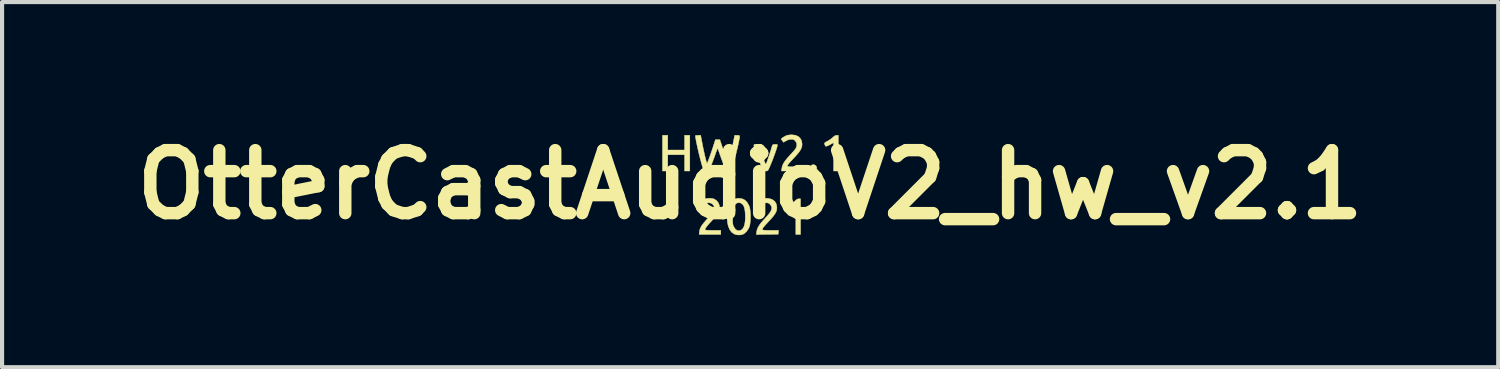
<source format=kicad_pcb>
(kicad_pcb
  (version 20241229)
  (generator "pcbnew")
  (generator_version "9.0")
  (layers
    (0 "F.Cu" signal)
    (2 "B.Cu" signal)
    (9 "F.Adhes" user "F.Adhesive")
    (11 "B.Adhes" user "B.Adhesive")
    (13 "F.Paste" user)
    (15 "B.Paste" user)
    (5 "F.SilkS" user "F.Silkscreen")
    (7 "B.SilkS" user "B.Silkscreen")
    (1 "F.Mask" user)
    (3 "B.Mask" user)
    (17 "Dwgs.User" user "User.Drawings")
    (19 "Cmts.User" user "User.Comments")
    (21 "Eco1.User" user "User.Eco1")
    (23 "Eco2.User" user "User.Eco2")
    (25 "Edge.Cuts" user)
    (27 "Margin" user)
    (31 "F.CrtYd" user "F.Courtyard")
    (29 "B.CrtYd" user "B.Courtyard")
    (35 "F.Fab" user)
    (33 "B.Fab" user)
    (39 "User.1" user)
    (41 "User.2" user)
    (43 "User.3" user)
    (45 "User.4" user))
  (footprint "OtterCastAudioV2_hw_v2.1"
    (layer "F.Cu")
    (at 15.102 1.418)
    (property "Reference" "OtterCastAudioV2_hw_v2.1" (at 0 0 0) (layer "F.SilkS") (effects (font (size 1.524 1.524) (thickness 0.3))))
    (attr through_hole)
    (fp_poly (pts (xy -1.994 -0.838) (xy -1.587 -0.838) (xy -1.587 -1.194) (xy -1.46 -1.194) (xy -1.46 -0.33) (xy -1.587 -0.33) (xy -1.587 -0.724) (xy -1.994 -0.724) (xy -1.994 -0.33) (xy -2.121 -0.33) (xy -2.121 -1.194) (xy -1.994 -1.194) (xy -1.994 -0.838)) (stroke (width 0.01) (type solid)) (fill yes) (layer "F.SilkS"))
    (fp_poly (pts (xy 1.548 -0.481) (xy 1.583 -0.464) (xy 1.607 -0.432) (xy 1.613 -0.402) (xy 1.602 -0.363) (xy 1.576 -0.335) (xy 1.54 -0.32) (xy 1.502 -0.32) (xy 1.469 -0.341) (xy 1.469 -0.341) (xy 1.451 -0.376) (xy 1.45 -0.417) (xy 1.463 -0.453) (xy 1.471 -0.462) (xy 1.508 -0.481) (xy 1.548 -0.481)) (stroke (width 0.01) (type solid)) (fill yes) (layer "F.SilkS"))
    (fp_poly (pts (xy 1.219 1.206) (xy 1.105 1.206) (xy 1.105 0.521) (xy 1.022 0.567) (xy 0.98 0.588) (xy 0.945 0.602) (xy 0.923 0.606) (xy 0.922 0.606) (xy 0.906 0.59) (xy 0.892 0.561) (xy 0.886 0.541) (xy 0.888 0.527) (xy 0.903 0.513) (xy 0.933 0.496) (xy 0.959 0.483) (xy 1.008 0.454) (xy 1.057 0.419) (xy 1.087 0.393) (xy 1.123 0.36) (xy 1.155 0.345) (xy 1.177 0.343) (xy 1.219 0.343) (xy 1.219 1.206)) (stroke (width 0.01) (type solid)) (fill yes) (layer "F.SilkS"))
    (fp_poly (pts (xy 2.134 -0.33) (xy 2.019 -0.33) (xy 2.019 -1.016) (xy 1.939 -0.971) (xy 1.886 -0.944) (xy 1.849 -0.93) (xy 1.827 -0.93) (xy 1.815 -0.943) (xy 1.813 -0.949) (xy 1.802 -0.981) (xy 1.798 -0.992) (xy 1.799 -1.006) (xy 1.817 -1.022) (xy 1.854 -1.044) (xy 1.871 -1.053) (xy 1.921 -1.082) (xy 1.97 -1.117) (xy 2.001 -1.144) (xy 2.038 -1.176) (xy 2.069 -1.191) (xy 2.092 -1.194) (xy 2.134 -1.194) (xy 2.134 -0.33)) (stroke (width 0.01) (type solid)) (fill yes) (layer "F.SilkS"))
    (fp_poly (pts (xy 0.239 -0.879) (xy 0.255 -0.826) (xy 0.277 -0.759) (xy 0.301 -0.687) (xy 0.321 -0.632) (xy 0.343 -0.57) (xy 0.358 -0.53) (xy 0.37 -0.507) (xy 0.378 -0.5) (xy 0.385 -0.504) (xy 0.389 -0.511) (xy 0.398 -0.533) (xy 0.414 -0.575) (xy 0.433 -0.629) (xy 0.454 -0.692) (xy 0.476 -0.758) (xy 0.497 -0.821) (xy 0.514 -0.876) (xy 0.526 -0.917) (xy 0.529 -0.927) (xy 0.538 -0.954) (xy 0.552 -0.968) (xy 0.578 -0.974) (xy 0.6 -0.975) (xy 0.638 -0.976) (xy 0.656 -0.97) (xy 0.66 -0.96) (xy 0.656 -0.932) (xy 0.643 -0.884) (xy 0.623 -0.822) (xy 0.597 -0.748) (xy 0.568 -0.667) (xy 0.536 -0.583) (xy 0.502 -0.501) (xy 0.47 -0.423) (xy 0.461 -0.403) (xy 0.442 -0.363) (xy 0.428 -0.342) (xy 0.411 -0.332) (xy 0.385 -0.33) (xy 0.374 -0.33) (xy 0.32 -0.33) (xy 0.254 -0.486) (xy 0.225 -0.556) (xy 0.196 -0.632) (xy 0.167 -0.709) (xy 0.141 -0.783) (xy 0.118 -0.849) (xy 0.101 -0.904) (xy 0.091 -0.942) (xy 0.089 -0.956) (xy 0.094 -0.969) (xy 0.112 -0.976) (xy 0.149 -0.978) (xy 0.211 -0.978) (xy 0.239 -0.879)) (stroke (width 0.01) (type solid)) (fill yes) (layer "F.SilkS"))
    (fp_poly (pts (xy -0.888 0.341) (xy -0.88 0.344) (xy -0.82 0.379) (xy -0.775 0.431) (xy -0.747 0.495) (xy -0.738 0.566) (xy -0.75 0.639) (xy -0.761 0.668) (xy -0.778 0.695) (xy -0.809 0.736) (xy -0.85 0.786) (xy -0.897 0.839) (xy -0.915 0.858) (xy -0.982 0.931) (xy -1.031 0.988) (xy -1.065 1.032) (xy -1.085 1.064) (xy -1.092 1.087) (xy -1.092 1.089) (xy -1.086 1.096) (xy -1.064 1.1) (xy -1.025 1.103) (xy -0.966 1.105) (xy -0.902 1.105) (xy -0.711 1.105) (xy -0.711 1.206) (xy -1.235 1.206) (xy -1.229 1.145) (xy -1.221 1.094) (xy -1.203 1.045) (xy -1.174 0.994) (xy -1.132 0.936) (xy -1.073 0.868) (xy -1.028 0.819) (xy -0.971 0.756) (xy -0.925 0.701) (xy -0.892 0.657) (xy -0.876 0.628) (xy -0.876 0.628) (xy -0.866 0.567) (xy -0.877 0.516) (xy -0.905 0.476) (xy -0.947 0.449) (xy -0.998 0.438) (xy -1.057 0.444) (xy -1.119 0.468) (xy -1.145 0.484) (xy -1.176 0.503) (xy -1.196 0.504) (xy -1.214 0.485) (xy -1.224 0.469) (xy -1.237 0.442) (xy -1.235 0.42) (xy -1.218 0.4) (xy -1.181 0.377) (xy -1.152 0.363) (xy -1.092 0.342) (xy -1.021 0.331) (xy -0.949 0.33) (xy -0.888 0.341)) (stroke (width 0.01) (type solid)) (fill yes) (layer "F.SilkS"))
    (fp_poly (pts (xy 0.476 0.339) (xy 0.547 0.366) (xy 0.6 0.41) (xy 0.633 0.469) (xy 0.647 0.545) (xy 0.647 0.559) (xy 0.643 0.606) (xy 0.63 0.653) (xy 0.604 0.702) (xy 0.565 0.758) (xy 0.51 0.823) (xy 0.454 0.883) (xy 0.408 0.933) (xy 0.367 0.978) (xy 0.335 1.015) (xy 0.316 1.038) (xy 0.314 1.041) (xy 0.299 1.064) (xy 0.293 1.081) (xy 0.298 1.092) (xy 0.318 1.099) (xy 0.355 1.103) (xy 0.412 1.105) (xy 0.49 1.105) (xy 0.687 1.105) (xy 0.683 1.153) (xy 0.679 1.2) (xy 0.414 1.204) (xy 0.149 1.207) (xy 0.156 1.144) (xy 0.168 1.088) (xy 0.191 1.032) (xy 0.227 0.973) (xy 0.278 0.906) (xy 0.348 0.828) (xy 0.356 0.82) (xy 0.426 0.743) (xy 0.476 0.679) (xy 0.507 0.626) (xy 0.521 0.58) (xy 0.519 0.539) (xy 0.5 0.501) (xy 0.484 0.48) (xy 0.458 0.455) (xy 0.431 0.443) (xy 0.393 0.44) (xy 0.385 0.44) (xy 0.321 0.448) (xy 0.261 0.474) (xy 0.227 0.493) (xy 0.203 0.505) (xy 0.196 0.508) (xy 0.187 0.499) (xy 0.169 0.476) (xy 0.164 0.468) (xy 0.136 0.429) (xy 0.166 0.404) (xy 0.235 0.36) (xy 0.312 0.337) (xy 0.389 0.33) (xy 0.476 0.339)) (stroke (width 0.01) (type solid)) (fill yes) (layer "F.SilkS"))
    (fp_poly (pts (xy 1.093 -1.197) (xy 1.161 -1.168) (xy 1.212 -1.122) (xy 1.245 -1.061) (xy 1.257 -0.985) (xy 1.257 -0.981) (xy 1.253 -0.93) (xy 1.238 -0.881) (xy 1.211 -0.829) (xy 1.169 -0.77) (xy 1.11 -0.702) (xy 1.077 -0.666) (xy 1.03 -0.616) (xy 0.988 -0.57) (xy 0.953 -0.531) (xy 0.932 -0.506) (xy 0.93 -0.503) (xy 0.911 -0.478) (xy 0.902 -0.459) (xy 0.906 -0.446) (xy 0.924 -0.438) (xy 0.96 -0.434) (xy 1.016 -0.432) (xy 1.094 -0.432) (xy 1.099 -0.432) (xy 1.295 -0.432) (xy 1.295 -0.33) (xy 0.758 -0.33) (xy 0.766 -0.394) (xy 0.778 -0.451) (xy 0.803 -0.509) (xy 0.843 -0.572) (xy 0.899 -0.642) (xy 0.967 -0.717) (xy 1.013 -0.767) (xy 1.055 -0.814) (xy 1.088 -0.854) (xy 1.107 -0.881) (xy 1.109 -0.885) (xy 1.129 -0.946) (xy 1.124 -1.003) (xy 1.096 -1.054) (xy 1.094 -1.056) (xy 1.068 -1.082) (xy 1.041 -1.094) (xy 1.003 -1.097) (xy 0.994 -1.097) (xy 0.938 -1.091) (xy 0.883 -1.069) (xy 0.87 -1.061) (xy 0.808 -1.025) (xy 0.779 -1.062) (xy 0.76 -1.087) (xy 0.75 -1.103) (xy 0.75 -1.105) (xy 0.76 -1.117) (xy 0.786 -1.137) (xy 0.821 -1.159) (xy 0.857 -1.178) (xy 0.888 -1.192) (xy 0.888 -1.192) (xy 0.925 -1.2) (xy 0.974 -1.205) (xy 1.01 -1.206) (xy 1.093 -1.197)) (stroke (width 0.01) (type solid)) (fill yes) (layer "F.SilkS"))
    (fp_poly (pts (xy -0.193 0.341) (xy -0.126 0.374) (xy -0.072 0.429) (xy -0.028 0.507) (xy -0.016 0.539) (xy -0.004 0.591) (xy 0.004 0.662) (xy 0.008 0.743) (xy 0.007 0.827) (xy 0.002 0.906) (xy -0.007 0.974) (xy -0.017 1.015) (xy -0.047 1.077) (xy -0.089 1.135) (xy -0.137 1.18) (xy -0.174 1.202) (xy -0.237 1.217) (xy -0.308 1.216) (xy -0.375 1.199) (xy -0.389 1.193) (xy -0.45 1.149) (xy -0.497 1.084) (xy -0.532 0.999) (xy -0.552 0.894) (xy -0.559 0.777) (xy -0.559 0.775) (xy -0.425 0.775) (xy -0.425 0.849) (xy -0.424 0.902) (xy -0.42 0.942) (xy -0.415 0.971) (xy -0.406 0.997) (xy -0.396 1.019) (xy -0.359 1.075) (xy -0.316 1.107) (xy -0.267 1.115) (xy -0.217 1.099) (xy -0.178 1.065) (xy -0.148 1.01) (xy -0.128 0.935) (xy -0.118 0.842) (xy -0.118 0.735) (xy -0.118 0.731) (xy -0.124 0.647) (xy -0.134 0.583) (xy -0.148 0.535) (xy -0.167 0.498) (xy -0.183 0.478) (xy -0.228 0.445) (xy -0.276 0.435) (xy -0.324 0.447) (xy -0.366 0.481) (xy -0.398 0.53) (xy -0.409 0.557) (xy -0.417 0.585) (xy -0.421 0.618) (xy -0.424 0.663) (xy -0.425 0.725) (xy -0.425 0.775) (xy -0.559 0.775) (xy -0.552 0.65) (xy -0.531 0.545) (xy -0.496 0.46) (xy -0.448 0.396) (xy -0.387 0.354) (xy -0.312 0.333) (xy -0.272 0.33) (xy -0.193 0.341)) (stroke (width 0.01) (type solid)) (fill yes) (layer "F.SilkS"))
    (fp_poly (pts (xy -1.163 -1.016) (xy -1.145 -0.921) (xy -1.126 -0.83) (xy -1.107 -0.744) (xy -1.089 -0.668) (xy -1.073 -0.604) (xy -1.059 -0.555) (xy -1.049 -0.525) (xy -1.042 -0.516) (xy -1.042 -0.516) (xy -1.033 -0.534) (xy -1.018 -0.571) (xy -0.998 -0.625) (xy -0.974 -0.689) (xy -0.949 -0.761) (xy -0.923 -0.836) (xy -0.899 -0.909) (xy -0.889 -0.94) (xy -0.842 -1.086) (xy -0.733 -1.086) (xy -0.684 -0.941) (xy -0.659 -0.865) (xy -0.628 -0.778) (xy -0.598 -0.693) (xy -0.582 -0.649) (xy -0.528 -0.503) (xy -0.507 -0.572) (xy -0.498 -0.605) (xy -0.485 -0.659) (xy -0.47 -0.727) (xy -0.453 -0.806) (xy -0.436 -0.891) (xy -0.43 -0.918) (xy -0.375 -1.194) (xy -0.314 -1.194) (xy -0.278 -1.192) (xy -0.26 -1.186) (xy -0.254 -1.173) (xy -0.254 -1.167) (xy -0.257 -1.135) (xy -0.266 -1.083) (xy -0.28 -1.013) (xy -0.298 -0.931) (xy -0.319 -0.841) (xy -0.342 -0.745) (xy -0.366 -0.648) (xy -0.391 -0.555) (xy -0.414 -0.468) (xy -0.436 -0.394) (xy -0.447 -0.36) (xy -0.46 -0.343) (xy -0.483 -0.335) (xy -0.518 -0.333) (xy -0.582 -0.329) (xy -0.635 -0.466) (xy -0.663 -0.54) (xy -0.694 -0.624) (xy -0.723 -0.705) (xy -0.735 -0.74) (xy -0.754 -0.794) (xy -0.77 -0.838) (xy -0.782 -0.867) (xy -0.787 -0.876) (xy -0.794 -0.865) (xy -0.807 -0.835) (xy -0.823 -0.792) (xy -0.83 -0.772) (xy -0.848 -0.719) (xy -0.873 -0.651) (xy -0.901 -0.576) (xy -0.929 -0.504) (xy -0.931 -0.499) (xy -0.995 -0.33) (xy -1.057 -0.33) (xy -1.095 -0.332) (xy -1.116 -0.339) (xy -1.128 -0.356) (xy -1.131 -0.364) (xy -1.148 -0.412) (xy -1.167 -0.475) (xy -1.188 -0.55) (xy -1.21 -0.634) (xy -1.232 -0.722) (xy -1.253 -0.812) (xy -1.274 -0.9) (xy -1.291 -0.982) (xy -1.306 -1.055) (xy -1.317 -1.115) (xy -1.324 -1.159) (xy -1.325 -1.184) (xy -1.323 -1.187) (xy -1.308 -1.191) (xy -1.276 -1.193) (xy -1.257 -1.194) (xy -1.197 -1.194) (xy -1.163 -1.016)) (stroke (width 0.01) (type solid)) (fill yes) (layer "F.SilkS")))
  (gr_rect
    (start -3 -3)
    (end 33.204 5.836)
    (stroke (width 0.1) (type default))
    (fill no)
    (layer "Edge.Cuts")))
</source>
